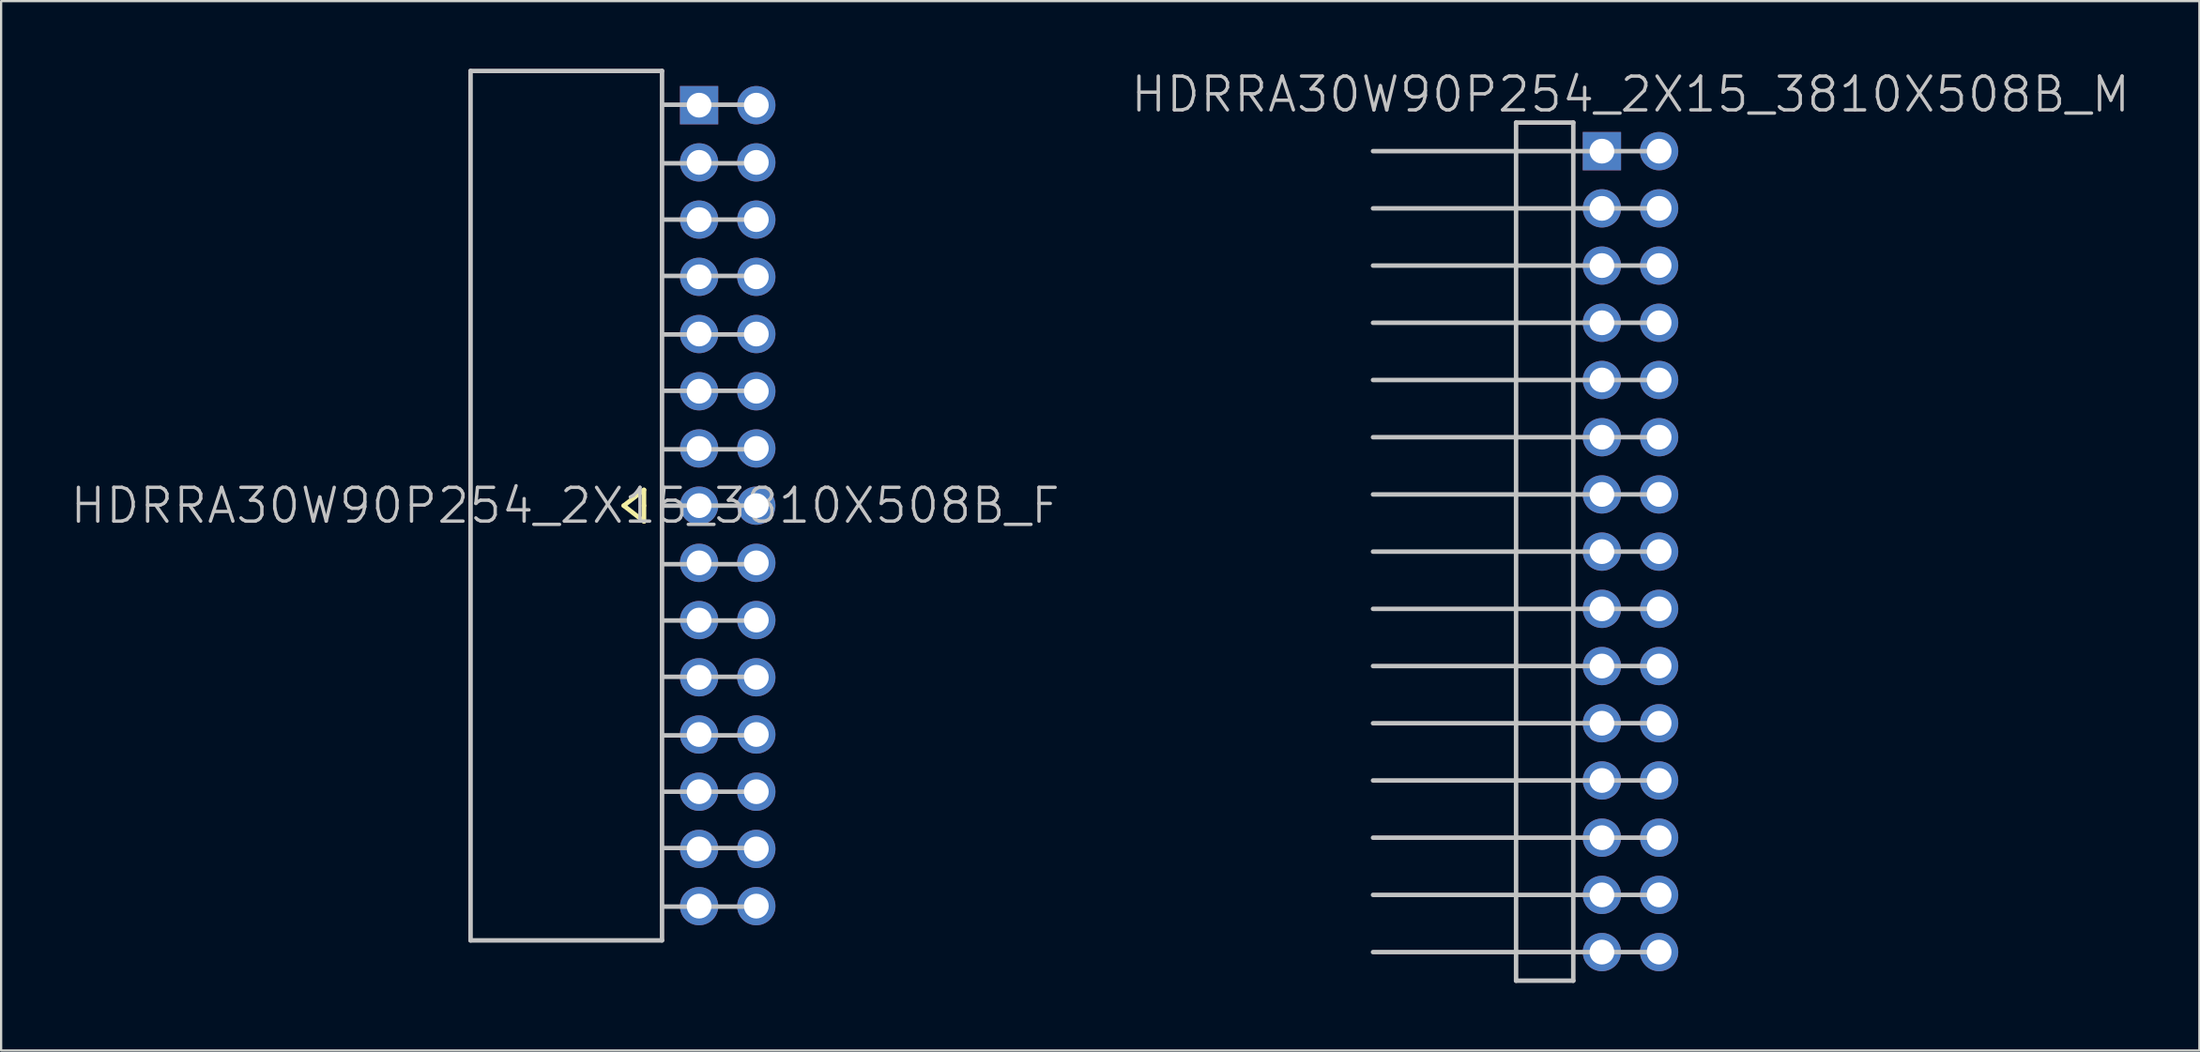
<source format=kicad_pcb>
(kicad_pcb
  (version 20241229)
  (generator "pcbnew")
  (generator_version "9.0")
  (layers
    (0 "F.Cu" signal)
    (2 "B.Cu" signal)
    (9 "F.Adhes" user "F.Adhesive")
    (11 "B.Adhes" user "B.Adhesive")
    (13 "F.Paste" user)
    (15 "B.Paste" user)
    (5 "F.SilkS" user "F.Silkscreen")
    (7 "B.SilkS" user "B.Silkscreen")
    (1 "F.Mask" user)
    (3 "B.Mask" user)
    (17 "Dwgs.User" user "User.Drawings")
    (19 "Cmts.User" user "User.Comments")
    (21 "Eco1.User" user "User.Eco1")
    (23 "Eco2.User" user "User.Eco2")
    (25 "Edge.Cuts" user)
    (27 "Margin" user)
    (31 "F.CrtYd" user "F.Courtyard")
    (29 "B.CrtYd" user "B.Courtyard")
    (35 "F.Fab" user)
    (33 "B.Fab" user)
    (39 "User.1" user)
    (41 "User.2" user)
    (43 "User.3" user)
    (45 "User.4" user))
  (footprint "HDRRA30W90P254_2X15_3810X508B_F"
    (layer "F.Cu")
    (at 24.339 19.4)
    (property "Reference" "HDRRA30W90P254_2X15_3810X508B_F" (at -2.3 0 180) (layer "Dwgs.User") (effects (font (size 1.5 1.5) (thickness 0.15))))
    (attr through_hole)
    (fp_line (start 0.3 0) (end 1.2 0.7) (stroke (width 0.2) (type solid)) (layer "F.SilkS"))
    (fp_line (start 1.2 -0.7) (end 0.3 0) (stroke (width 0.2) (type solid)) (layer "F.SilkS"))
    (fp_line (start 1.2 0) (end 1.2 -0.7) (stroke (width 0.2) (type solid)) (layer "F.SilkS"))
    (fp_line (start 1.2 0.7) (end 1.2 0) (stroke (width 0.2) (type solid)) (layer "F.SilkS"))
    (fp_line (start -6.5 -19.3) (end -6.5 19.3) (stroke (width 0.2) (type solid)) (layer "Dwgs.User"))
    (fp_line (start 2 -19.3) (end -6.5 -19.3) (stroke (width 0.2) (type solid)) (layer "Dwgs.User"))
    (fp_line (start 2 -19.3) (end 2 19.3) (stroke (width 0.2) (type solid)) (layer "Dwgs.User"))
    (fp_line (start 2 19.3) (end -6.5 19.3) (stroke (width 0.2) (type solid)) (layer "Dwgs.User"))
    (fp_line (start 6.2 -17.8) (end 2 -17.8) (stroke (width 0.2) (type solid)) (layer "Dwgs.User"))
    (fp_line (start 6.2 -15.2) (end 2 -15.2) (stroke (width 0.2) (type solid)) (layer "Dwgs.User"))
    (fp_line (start 6.2 -12.7) (end 2 -12.7) (stroke (width 0.2) (type solid)) (layer "Dwgs.User"))
    (fp_line (start 6.2 -10.2) (end 2 -10.2) (stroke (width 0.2) (type solid)) (layer "Dwgs.User"))
    (fp_line (start 6.2 -7.6) (end 2 -7.6) (stroke (width 0.2) (type solid)) (layer "Dwgs.User"))
    (fp_line (start 6.2 -5.1) (end 2 -5.1) (stroke (width 0.2) (type solid)) (layer "Dwgs.User"))
    (fp_line (start 6.2 -2.5) (end 2 -2.5) (stroke (width 0.2) (type solid)) (layer "Dwgs.User"))
    (fp_line (start 6.2 0) (end 2 0) (stroke (width 0.2) (type solid)) (layer "Dwgs.User"))
    (fp_line (start 6.2 2.6) (end 2 2.6) (stroke (width 0.2) (type solid)) (layer "Dwgs.User"))
    (fp_line (start 6.2 5.1) (end 2 5.1) (stroke (width 0.2) (type solid)) (layer "Dwgs.User"))
    (fp_line (start 6.2 7.6) (end 2 7.6) (stroke (width 0.2) (type solid)) (layer "Dwgs.User"))
    (fp_line (start 6.2 10.2) (end 2 10.2) (stroke (width 0.2) (type solid)) (layer "Dwgs.User"))
    (fp_line (start 6.2 12.7) (end 2 12.7) (stroke (width 0.2) (type solid)) (layer "Dwgs.User"))
    (fp_line (start 6.2 15.2) (end 2 15.2) (stroke (width 0.2) (type solid)) (layer "Dwgs.User"))
    (fp_line (start 6.2 17.8) (end 2 17.8) (stroke (width 0.2) (type solid)) (layer "Dwgs.User"))
    (pad "1" thru_hole rect (at 3.645 -17.78) (size 1.7 1.7) (drill 1.1) (layers "*.Cu" "*.Mask"))
    (pad "2" thru_hole circle (at 6.185 -17.78 270) (size 1.7 1.7) (drill 1.1) (layers "*.Cu" "*.Mask"))
    (pad "3" thru_hole circle (at 3.645 -15.24 270) (size 1.7 1.7) (drill 1.1) (layers "*.Cu" "*.Mask"))
    (pad "4" thru_hole circle (at 6.185 -15.24 270) (size 1.7 1.7) (drill 1.1) (layers "*.Cu" "*.Mask"))
    (pad "5" thru_hole circle (at 3.645 -12.7 270) (size 1.7 1.7) (drill 1.1) (layers "*.Cu" "*.Mask"))
    (pad "6" thru_hole circle (at 6.185 -12.7 270) (size 1.7 1.7) (drill 1.1) (layers "*.Cu" "*.Mask"))
    (pad "7" thru_hole circle (at 3.645 -10.16 270) (size 1.7 1.7) (drill 1.1) (layers "*.Cu" "*.Mask"))
    (pad "8" thru_hole circle (at 6.185 -10.16 270) (size 1.7 1.7) (drill 1.1) (layers "*.Cu" "*.Mask"))
    (pad "9" thru_hole circle (at 3.645 -7.62 270) (size 1.7 1.7) (drill 1.1) (layers "*.Cu" "*.Mask"))
    (pad "10" thru_hole circle (at 6.185 -7.62 270) (size 1.7 1.7) (drill 1.1) (layers "*.Cu" "*.Mask"))
    (pad "11" thru_hole circle (at 3.645 -5.08 270) (size 1.7 1.7) (drill 1.1) (layers "*.Cu" "*.Mask"))
    (pad "12" thru_hole circle (at 6.185 -5.08 270) (size 1.7 1.7) (drill 1.1) (layers "*.Cu" "*.Mask"))
    (pad "13" thru_hole circle (at 3.645 -2.54 270) (size 1.7 1.7) (drill 1.1) (layers "*.Cu" "*.Mask"))
    (pad "14" thru_hole circle (at 6.185 -2.54 270) (size 1.7 1.7) (drill 1.1) (layers "*.Cu" "*.Mask"))
    (pad "15" thru_hole circle (at 3.645 0 270) (size 1.7 1.7) (drill 1.1) (layers "*.Cu" "*.Mask"))
    (pad "16" thru_hole circle (at 6.185 0 270) (size 1.7 1.7) (drill 1.1) (layers "*.Cu" "*.Mask"))
    (pad "17" thru_hole circle (at 3.645 2.54 270) (size 1.7 1.7) (drill 1.1) (layers "*.Cu" "*.Mask"))
    (pad "18" thru_hole circle (at 6.185 2.54 270) (size 1.7 1.7) (drill 1.1) (layers "*.Cu" "*.Mask"))
    (pad "19" thru_hole circle (at 3.645 5.08 270) (size 1.7 1.7) (drill 1.1) (layers "*.Cu" "*.Mask"))
    (pad "20" thru_hole circle (at 6.185 5.08 270) (size 1.7 1.7) (drill 1.1) (layers "*.Cu" "*.Mask"))
    (pad "21" thru_hole circle (at 3.645 7.62 270) (size 1.7 1.7) (drill 1.1) (layers "*.Cu" "*.Mask"))
    (pad "22" thru_hole circle (at 6.185 7.62 270) (size 1.7 1.7) (drill 1.1) (layers "*.Cu" "*.Mask"))
    (pad "23" thru_hole circle (at 3.645 10.16 270) (size 1.7 1.7) (drill 1.1) (layers "*.Cu" "*.Mask"))
    (pad "24" thru_hole circle (at 6.185 10.16 270) (size 1.7 1.7) (drill 1.1) (layers "*.Cu" "*.Mask"))
    (pad "25" thru_hole circle (at 3.645 12.7 270) (size 1.7 1.7) (drill 1.1) (layers "*.Cu" "*.Mask"))
    (pad "26" thru_hole circle (at 6.185 12.7 270) (size 1.7 1.7) (drill 1.1) (layers "*.Cu" "*.Mask"))
    (pad "27" thru_hole circle (at 3.645 15.24 270) (size 1.7 1.7) (drill 1.1) (layers "*.Cu" "*.Mask"))
    (pad "28" thru_hole circle (at 6.185 15.24 270) (size 1.7 1.7) (drill 1.1) (layers "*.Cu" "*.Mask"))
    (pad "29" thru_hole circle (at 3.645 17.78 270) (size 1.7 1.7) (drill 1.1) (layers "*.Cu" "*.Mask"))
    (pad "30" thru_hole circle (at 6.185 17.78 270) (size 1.7 1.7) (drill 1.1) (layers "*.Cu" "*.Mask")))
  (footprint "HDRRA30W90P254_2X15_3810X508B_M"
    (layer "F.Cu")
    (at 69.332 21.441)
    (property "Reference" "HDRRA30W90P254_2X15_3810X508B_M" (at 0 -20.3 180) (layer "Dwgs.User") (effects (font (size 1.5 1.5) (thickness 0.15))))
    (attr through_hole)
    (fp_line (start -11.43 -12.7) (end 1.27 -12.7) (stroke (width 0.2) (type solid)) (layer "Dwgs.User"))
    (fp_line (start -11.43 12.7) (end 1.27 12.7) (stroke (width 0.2) (type solid)) (layer "Dwgs.User"))
    (fp_line (start -5.08 -19.05) (end -2.54 -19.05) (stroke (width 0.2) (type solid)) (layer "Dwgs.User"))
    (fp_line (start -5.08 19.05) (end -5.08 -19.05) (stroke (width 0.2) (type solid)) (layer "Dwgs.User"))
    (fp_line (start -2.54 -19.05) (end -2.54 19.05) (stroke (width 0.2) (type solid)) (layer "Dwgs.User"))
    (fp_line (start -2.54 19.05) (end -5.08 19.05) (stroke (width 0.2) (type solid)) (layer "Dwgs.User"))
    (fp_line (start 1.27 -17.78) (end -11.43 -17.78) (stroke (width 0.2) (type solid)) (layer "Dwgs.User"))
    (fp_line (start 1.27 -15.24) (end -11.43 -15.24) (stroke (width 0.2) (type solid)) (layer "Dwgs.User"))
    (fp_line (start 1.27 -10.16) (end -11.43 -10.16) (stroke (width 0.2) (type solid)) (layer "Dwgs.User"))
    (fp_line (start 1.27 -7.62) (end -11.43 -7.62) (stroke (width 0.2) (type solid)) (layer "Dwgs.User"))
    (fp_line (start 1.27 -5.08) (end -11.43 -5.08) (stroke (width 0.2) (type solid)) (layer "Dwgs.User"))
    (fp_line (start 1.27 -2.54) (end -11.43 -2.54) (stroke (width 0.2) (type solid)) (layer "Dwgs.User"))
    (fp_line (start 1.27 0) (end -11.43 0) (stroke (width 0.2) (type solid)) (layer "Dwgs.User"))
    (fp_line (start 1.27 2.54) (end -11.43 2.54) (stroke (width 0.2) (type solid)) (layer "Dwgs.User"))
    (fp_line (start 1.27 5.08) (end -11.43 5.08) (stroke (width 0.2) (type solid)) (layer "Dwgs.User"))
    (fp_line (start 1.27 7.62) (end -11.43 7.62) (stroke (width 0.2) (type solid)) (layer "Dwgs.User"))
    (fp_line (start 1.27 10.16) (end -11.43 10.16) (stroke (width 0.2) (type solid)) (layer "Dwgs.User"))
    (fp_line (start 1.27 15.24) (end -11.43 15.24) (stroke (width 0.2) (type solid)) (layer "Dwgs.User"))
    (fp_line (start 1.27 17.78) (end -11.43 17.78) (stroke (width 0.2) (type solid)) (layer "Dwgs.User"))
    (pad "1" thru_hole rect (at -1.27 -17.78) (size 1.7 1.7) (drill 1.1) (layers "*.Cu" "*.Mask"))
    (pad "2" thru_hole circle (at 1.27 -17.78 270) (size 1.7 1.7) (drill 1.1) (layers "*.Cu" "*.Mask"))
    (pad "3" thru_hole circle (at -1.27 -15.24 270) (size 1.7 1.7) (drill 1.1) (layers "*.Cu" "*.Mask"))
    (pad "4" thru_hole circle (at 1.27 -15.24 270) (size 1.7 1.7) (drill 1.1) (layers "*.Cu" "*.Mask"))
    (pad "5" thru_hole circle (at -1.27 -12.7 270) (size 1.7 1.7) (drill 1.1) (layers "*.Cu" "*.Mask"))
    (pad "6" thru_hole circle (at 1.27 -12.7 270) (size 1.7 1.7) (drill 1.1) (layers "*.Cu" "*.Mask"))
    (pad "7" thru_hole circle (at -1.27 -10.16 270) (size 1.7 1.7) (drill 1.1) (layers "*.Cu" "*.Mask"))
    (pad "8" thru_hole circle (at 1.27 -10.16 270) (size 1.7 1.7) (drill 1.1) (layers "*.Cu" "*.Mask"))
    (pad "9" thru_hole circle (at -1.27 -7.62 270) (size 1.7 1.7) (drill 1.1) (layers "*.Cu" "*.Mask"))
    (pad "10" thru_hole circle (at 1.27 -7.62 270) (size 1.7 1.7) (drill 1.1) (layers "*.Cu" "*.Mask"))
    (pad "11" thru_hole circle (at -1.27 -5.08 270) (size 1.7 1.7) (drill 1.1) (layers "*.Cu" "*.Mask"))
    (pad "12" thru_hole circle (at 1.27 -5.08 270) (size 1.7 1.7) (drill 1.1) (layers "*.Cu" "*.Mask"))
    (pad "13" thru_hole circle (at -1.27 -2.54 270) (size 1.7 1.7) (drill 1.1) (layers "*.Cu" "*.Mask"))
    (pad "14" thru_hole circle (at 1.27 -2.54 270) (size 1.7 1.7) (drill 1.1) (layers "*.Cu" "*.Mask"))
    (pad "15" thru_hole circle (at -1.27 0 270) (size 1.7 1.7) (drill 1.1) (layers "*.Cu" "*.Mask"))
    (pad "16" thru_hole circle (at 1.27 0 270) (size 1.7 1.7) (drill 1.1) (layers "*.Cu" "*.Mask"))
    (pad "17" thru_hole circle (at -1.27 2.54 270) (size 1.7 1.7) (drill 1.1) (layers "*.Cu" "*.Mask"))
    (pad "18" thru_hole circle (at 1.27 2.54 270) (size 1.7 1.7) (drill 1.1) (layers "*.Cu" "*.Mask"))
    (pad "19" thru_hole circle (at -1.27 5.08 270) (size 1.7 1.7) (drill 1.1) (layers "*.Cu" "*.Mask"))
    (pad "20" thru_hole circle (at 1.27 5.08 270) (size 1.7 1.7) (drill 1.1) (layers "*.Cu" "*.Mask"))
    (pad "21" thru_hole circle (at -1.27 7.62 270) (size 1.7 1.7) (drill 1.1) (layers "*.Cu" "*.Mask"))
    (pad "22" thru_hole circle (at 1.27 7.62 270) (size 1.7 1.7) (drill 1.1) (layers "*.Cu" "*.Mask"))
    (pad "23" thru_hole circle (at -1.27 10.16 270) (size 1.7 1.7) (drill 1.1) (layers "*.Cu" "*.Mask"))
    (pad "24" thru_hole circle (at 1.27 10.16 270) (size 1.7 1.7) (drill 1.1) (layers "*.Cu" "*.Mask"))
    (pad "25" thru_hole circle (at -1.27 12.7 270) (size 1.7 1.7) (drill 1.1) (layers "*.Cu" "*.Mask"))
    (pad "26" thru_hole circle (at 1.27 12.7 270) (size 1.7 1.7) (drill 1.1) (layers "*.Cu" "*.Mask"))
    (pad "27" thru_hole circle (at -1.27 15.24 270) (size 1.7 1.7) (drill 1.1) (layers "*.Cu" "*.Mask"))
    (pad "28" thru_hole circle (at 1.27 15.24 270) (size 1.7 1.7) (drill 1.1) (layers "*.Cu" "*.Mask"))
    (pad "29" thru_hole circle (at -1.27 17.78 270) (size 1.7 1.7) (drill 1.1) (layers "*.Cu" "*.Mask"))
    (pad "30" thru_hole circle (at 1.27 17.78 270) (size 1.7 1.7) (drill 1.1) (layers "*.Cu" "*.Mask")))
  (gr_rect
    (start -3 -3)
    (end 94.586 43.591)
    (stroke (width 0.1) (type default))
    (fill no)
    (layer "Edge.Cuts")))
</source>
